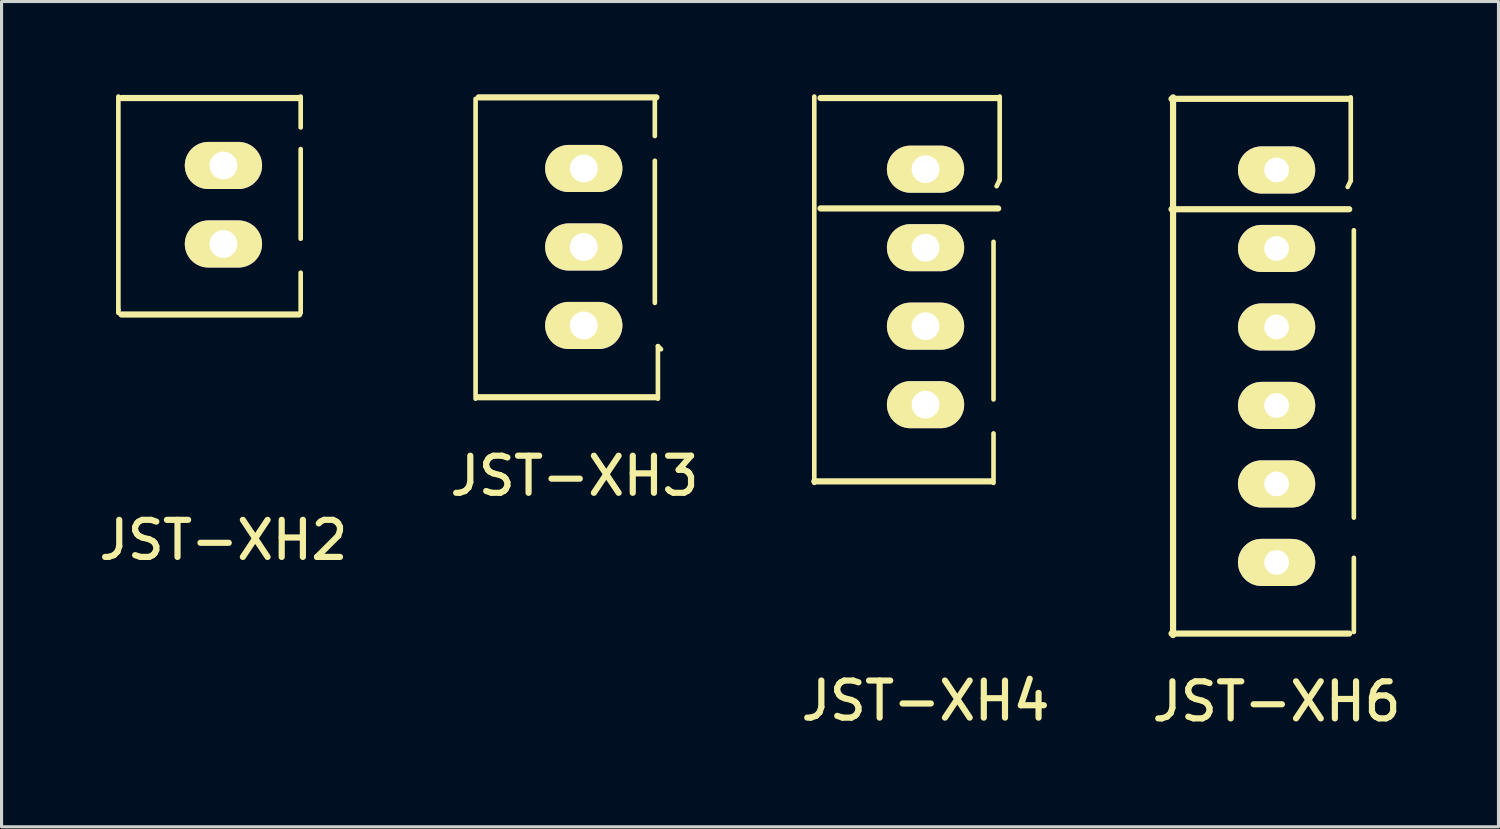
<source format=kicad_pcb>
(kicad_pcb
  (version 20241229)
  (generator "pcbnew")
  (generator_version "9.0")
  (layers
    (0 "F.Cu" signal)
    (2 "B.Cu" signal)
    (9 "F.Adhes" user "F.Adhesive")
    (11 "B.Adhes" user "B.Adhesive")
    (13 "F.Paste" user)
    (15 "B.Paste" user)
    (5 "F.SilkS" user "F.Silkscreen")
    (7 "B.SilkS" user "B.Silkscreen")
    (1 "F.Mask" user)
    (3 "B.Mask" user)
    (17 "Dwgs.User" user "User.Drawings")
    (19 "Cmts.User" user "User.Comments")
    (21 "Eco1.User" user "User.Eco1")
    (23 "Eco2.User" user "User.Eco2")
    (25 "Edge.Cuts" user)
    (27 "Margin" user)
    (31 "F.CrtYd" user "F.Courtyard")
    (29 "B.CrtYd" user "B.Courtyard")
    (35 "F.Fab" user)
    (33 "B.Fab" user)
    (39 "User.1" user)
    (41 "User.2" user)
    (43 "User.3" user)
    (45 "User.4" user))
  (footprint "JST-XH6"
    (layer "F.Cu")
    (at 38.26 8.8)
    (property "Reference" "JST-XH6" (at 0 10.852 0) (layer "F.SilkS") (effects (font (size 1.2 1.2) (thickness 0.2))))
    (attr through_hole)
    (fp_line (start -3.4 -8.652) (end 2.35 -8.652) (stroke (width 0.2) (type solid)) (layer "F.SilkS"))
    (fp_line (start -3.4 -5.08) (end 2.35 -5.08) (stroke (width 0.2) (type solid)) (layer "F.SilkS"))
    (fp_line (start -3.35 8.7) (end -3.35 -8.7) (stroke (width 0.2) (type solid)) (layer "F.SilkS"))
    (fp_line (start 2.35 8.652) (end -3.4 8.652) (stroke (width 0.2) (type solid)) (layer "F.SilkS"))
    (fp_line (start 2.4 -8.7) (end 2.4 -6) (stroke (width 0.15) (type solid)) (layer "F.SilkS"))
    (fp_line (start 2.4 -6) (end 2.3 -5.8) (stroke (width 0.15) (type solid)) (layer "F.SilkS"))
    (fp_line (start 2.5 -4.4) (end 2.5 4.9) (stroke (width 0.15) (type solid)) (layer "F.SilkS"))
    (fp_line (start 2.5 6.2) (end 2.5 8.6) (stroke (width 0.15) (type solid)) (layer "F.SilkS"))
    (pad "1" thru_hole oval (at 0 -6.35) (size 2.5 1.524) (drill 0.8) (layers "*.Cu" "*.Mask" "F.SilkS"))
    (pad "2" thru_hole oval (at 0 -3.81) (size 2.5 1.524) (drill 0.8) (layers "*.Cu" "*.Mask" "F.SilkS"))
    (pad "3" thru_hole oval (at 0 -1.27) (size 2.5 1.524) (drill 0.8) (layers "*.Cu" "*.Mask" "F.SilkS"))
    (pad "4" thru_hole oval (at 0 1.27) (size 2.5 1.524) (drill 0.8) (layers "*.Cu" "*.Mask" "F.SilkS"))
    (pad "5" thru_hole oval (at 0 3.81) (size 2.5 1.524) (drill 0.8) (layers "*.Cu" "*.Mask" "F.SilkS"))
    (pad "6" thru_hole oval (at 0 6.35) (size 2.5 1.524) (drill 0.8) (layers "*.Cu" "*.Mask" "F.SilkS")))
  (footprint "JST-XH4"
    (layer "F.Cu")
    (at 26.9 8.775)
    (property "Reference" "JST-XH4" (at 0 10.852 0) (layer "F.SilkS") (effects (font (size 1.2 1.2) (thickness 0.2))))
    (attr through_hole)
    (fp_line (start -3.6 -8.7) (end -3.6 3.8) (stroke (width 0.15) (type solid)) (layer "F.SilkS"))
    (fp_line (start -3.4 -8.652) (end 2.35 -8.652) (stroke (width 0.2) (type solid)) (layer "F.SilkS"))
    (fp_line (start -3.4 -5.08) (end 2.35 -5.08) (stroke (width 0.2) (type solid)) (layer "F.SilkS"))
    (fp_line (start 2.15 3.752) (end -3.6 3.752) (stroke (width 0.2) (type solid)) (layer "F.SilkS"))
    (fp_line (start 2.2 1.1) (end 2.2 -4) (stroke (width 0.15) (type solid)) (layer "F.SilkS"))
    (fp_line (start 2.2 3.8) (end 2.2 2.2) (stroke (width 0.15) (type solid)) (layer "F.SilkS"))
    (fp_line (start 2.4 -8.7) (end 2.4 -6) (stroke (width 0.15) (type solid)) (layer "F.SilkS"))
    (fp_line (start 2.4 -6) (end 2.3 -5.8) (stroke (width 0.15) (type solid)) (layer "F.SilkS"))
    (pad "1" thru_hole oval (at 0 -6.35) (size 2.5 1.524) (drill 0.9) (layers "*.Cu" "*.Mask" "F.SilkS"))
    (pad "2" thru_hole oval (at 0 -3.81) (size 2.5 1.524) (drill 0.9) (layers "*.Cu" "*.Mask" "F.SilkS"))
    (pad "3" thru_hole oval (at 0 -1.27) (size 2.5 1.524) (drill 0.9) (layers "*.Cu" "*.Mask" "F.SilkS"))
    (pad "4" thru_hole oval (at 0 1.27) (size 2.5 1.524) (drill 0.9) (layers "*.Cu" "*.Mask" "F.SilkS")))
  (footprint "JST-XH3"
    (layer "F.Cu")
    (at 15.84 8.752)
    (property "Reference" "JST-XH3" (at -0.3 3.6 0) (layer "F.SilkS") (effects (font (size 1.2 1.2) (thickness 0.2))))
    (attr through_hole)
    (fp_line (start -3.5 -8.6) (end -3.5 1.1) (stroke (width 0.15) (type solid)) (layer "F.SilkS"))
    (fp_line (start -3.4 -8.652) (end 2.35 -8.652) (stroke (width 0.2) (type solid)) (layer "F.SilkS"))
    (fp_line (start 2.3 -8.6) (end 2.3 -7.4) (stroke (width 0.15) (type solid)) (layer "F.SilkS"))
    (fp_line (start 2.3 -6.6) (end 2.3 -2) (stroke (width 0.15) (type solid)) (layer "F.SilkS"))
    (fp_line (start 2.35 1.052) (end -3.4 1.052) (stroke (width 0.2) (type solid)) (layer "F.SilkS"))
    (fp_line (start 2.4 -0.6) (end 2.5 -0.5) (stroke (width 0.15) (type solid)) (layer "F.SilkS"))
    (fp_line (start 2.4 1.1) (end 2.4 -0.6) (stroke (width 0.15) (type solid)) (layer "F.SilkS"))
    (pad "1" thru_hole oval (at 0 -6.35) (size 2.5 1.524) (drill 0.9) (layers "*.Cu" "*.Mask" "F.SilkS"))
    (pad "2" thru_hole oval (at 0 -3.81) (size 2.5 1.524) (drill 0.9) (layers "*.Cu" "*.Mask" "F.SilkS"))
    (pad "3" thru_hole oval (at 0 -1.27) (size 2.5 1.524) (drill 0.9) (layers "*.Cu" "*.Mask" "F.SilkS")))
  (footprint "JST-XH2"
    (layer "F.Cu")
    (at 4.18 3.575)
    (property "Reference" "JST-XH2" (at 0 10.852 0) (layer "F.SilkS") (effects (font (size 1.2 1.2) (thickness 0.2))))
    (attr through_hole)
    (fp_line (start -3.4 -3.5) (end -3.4 3.4) (stroke (width 0.15) (type solid)) (layer "F.SilkS"))
    (fp_line (start -3.4 3.4) (end -3.4 3.5) (stroke (width 0.15) (type solid)) (layer "F.SilkS"))
    (fp_line (start -3.3 -3.452) (end 2.45 -3.452) (stroke (width 0.2) (type solid)) (layer "F.SilkS"))
    (fp_line (start 2.45 3.552) (end -3.3 3.552) (stroke (width 0.2) (type solid)) (layer "F.SilkS"))
    (fp_line (start 2.5 -3.5) (end 2.5 -2.5) (stroke (width 0.15) (type solid)) (layer "F.SilkS"))
    (fp_line (start 2.5 -1.8) (end 2.5 1.1) (stroke (width 0.15) (type solid)) (layer "F.SilkS"))
    (fp_line (start 2.5 3.5) (end 2.5 2.2) (stroke (width 0.15) (type solid)) (layer "F.SilkS"))
    (pad "1" thru_hole oval (at 0 -1.27) (size 2.5 1.524) (drill 0.9) (layers "*.Cu" "*.Mask" "F.SilkS"))
    (pad "2" thru_hole oval (at 0 1.27) (size 2.5 1.524) (drill 0.9) (layers "*.Cu" "*.Mask" "F.SilkS")))
  (gr_rect
    (start -3 -3)
    (end 45.44 23.705)
    (stroke (width 0.1) (type default))
    (fill no)
    (layer "Edge.Cuts")))
</source>
